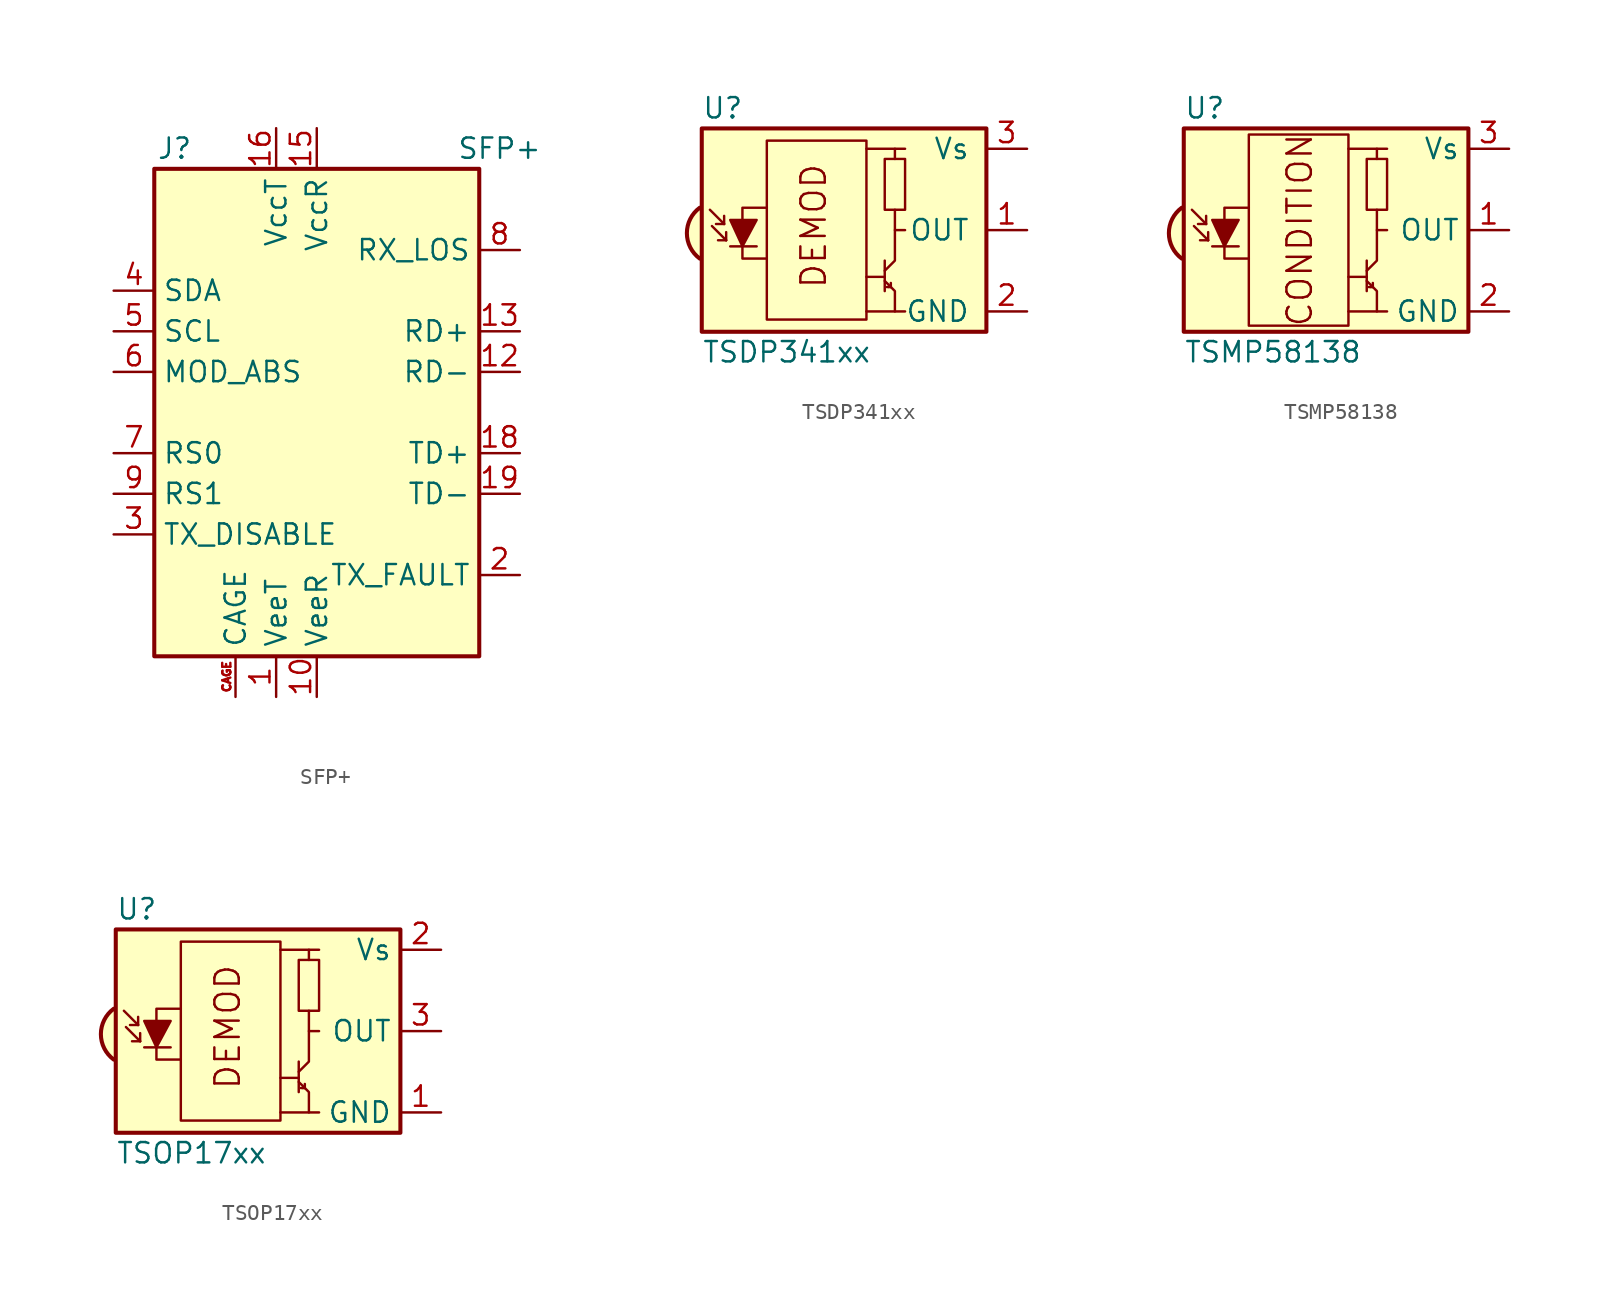
<source format=kicad_sym>
(kicad_symbol_lib
  (version 20241209)
  (generator "kicad_symbol_editor")
  (generator_version "9.0")
  (symbol "SFP+"
    (property "Reference" "J"
      (at -8.89 16.51 0)
      (effects (font (size 1.27 1.27))))
    (property "Value" "SFP+"
      (at 11.43 16.51 0)
      (effects (font (size 1.27 1.27))))
    (symbol "SFP+_0_0"
      (rectangle (start -10.16 15.24) (end 10.16 -15.24) (stroke (width 0.254) (type default)) (fill (type background))))
    (symbol "SFP+_1_1"
      (pin bidirectional line (at -12.7 7.62 0) (length 2.54) (name "SDA" (effects (font (size 1.27 1.27)))) (number "4" (effects (font (size 1.27 1.27)))))
      (pin input line (at -12.7 5.08 0) (length 2.54) (name "SCL" (effects (font (size 1.27 1.27)))) (number "5" (effects (font (size 1.27 1.27)))))
      (pin passive line (at -12.7 2.54 0) (length 2.54) (name "MOD_ABS" (effects (font (size 1.27 1.27)))) (number "6" (effects (font (size 1.27 1.27)))))
      (pin input line (at -12.7 -2.54 0) (length 2.54) (name "RS0" (effects (font (size 1.27 1.27)))) (number "7" (effects (font (size 1.27 1.27)))))
      (pin input line (at -12.7 -5.08 0) (length 2.54) (name "RS1" (effects (font (size 1.27 1.27)))) (number "9" (effects (font (size 1.27 1.27)))))
      (pin input line (at -12.7 -7.62 0) (length 2.54) (name "TX_DISABLE" (effects (font (size 1.27 1.27)))) (number "3" (effects (font (size 1.27 1.27)))))
      (pin passive line (at -5.08 -17.78 90) (length 2.54) (name "CAGE" (effects (font (size 1.27 1.27)))) (number "CAGE" (effects (font (size 0.508 0.508)))))
      (pin power_in line (at -2.54 17.78 270) (length 2.54) (name "VccT" (effects (font (size 1.27 1.27)))) (number "16" (effects (font (size 1.27 1.27)))))
      (pin power_in line (at -2.54 -17.78 90) (length 2.54) (name "VeeT" (effects (font (size 1.27 1.27)))) (number "1" (effects (font (size 1.27 1.27)))))
      (pin passive line (at -2.54 -17.78 90) (length 2.54) (hide yes) (name "VeeT" (effects (font (size 1.27 1.27)))) (number "17" (effects (font (size 1.27 1.27)))))
      (pin passive line (at -2.54 -17.78 90) (length 2.54) (hide yes) (name "VeeT" (effects (font (size 1.27 1.27)))) (number "20" (effects (font (size 1.27 1.27)))))
      (pin power_in line (at 0 17.78 270) (length 2.54) (name "VccR" (effects (font (size 1.27 1.27)))) (number "15" (effects (font (size 1.27 1.27)))))
      (pin power_in line (at 0 -17.78 90) (length 2.54) (name "VeeR" (effects (font (size 1.27 1.27)))) (number "10" (effects (font (size 1.27 1.27)))))
      (pin passive line (at 0 -17.78 90) (length 2.54) (hide yes) (name "VeeR" (effects (font (size 1.27 1.27)))) (number "11" (effects (font (size 1.27 1.27)))))
      (pin passive line (at 0 -17.78 90) (length 2.54) (hide yes) (name "VeeR" (effects (font (size 1.27 1.27)))) (number "14" (effects (font (size 1.27 1.27)))))
      (pin open_collector line (at 12.7 10.16 180) (length 2.54) (name "RX_LOS" (effects (font (size 1.27 1.27)))) (number "8" (effects (font (size 1.27 1.27)))))
      (pin output line (at 12.7 5.08 180) (length 2.54) (name "RD+" (effects (font (size 1.27 1.27)))) (number "13" (effects (font (size 1.27 1.27)))))
      (pin output line (at 12.7 2.54 180) (length 2.54) (name "RD-" (effects (font (size 1.27 1.27)))) (number "12" (effects (font (size 1.27 1.27)))))
      (pin input line (at 12.7 -2.54 180) (length 2.54) (name "TD+" (effects (font (size 1.27 1.27)))) (number "18" (effects (font (size 1.27 1.27)))))
      (pin input line (at 12.7 -5.08 180) (length 2.54) (name "TD-" (effects (font (size 1.27 1.27)))) (number "19" (effects (font (size 1.27 1.27)))))
      (pin open_collector line (at 12.7 -10.16 180) (length 2.54) (name "TX_FAULT" (effects (font (size 1.27 1.27)))) (number "2" (effects (font (size 1.27 1.27)))))))
  (symbol "TSDP341xx"
    (pin_names
      (offset 1.016))
    (property "Reference" "U"
      (at -10.16 7.62 0)
      (effects (font (size 1.27 1.27)) (justify left)))
    (property "Value" "TSDP341xx"
      (at -10.16 -7.62 0)
      (effects (font (size 1.27 1.27)) (justify left)))
    (symbol "TSDP341xx_0_0"
      (arc (start -10.287 -1.778) (mid -11.0899 -0.1905) (end -10.287 1.397) (stroke (width 0.254) (type default)) (fill (type background)))
      (polyline (pts (xy 1.905 5.08) (xy 0.127 5.08)) (stroke (width 0) (type default)) (fill (type none)))
      (polyline (pts (xy 1.905 -5.08) (xy 0.127 -5.08)) (stroke (width 0) (type default)) (fill (type none)))
      (text "DEMOD" (at -3.175 0.254 900) (effects (font (size 1.524 1.524)))))
    (symbol "TSDP341xx_0_1"
      (polyline (pts (xy -8.763 0.381) (xy -9.652 1.27)) (stroke (width 0) (type default)) (fill (type none)))
      (polyline (pts (xy -8.763 0.381) (xy -9.271 0.381)) (stroke (width 0) (type default)) (fill (type none)))
      (polyline (pts (xy -8.763 0.381) (xy -8.763 0.889)) (stroke (width 0) (type default)) (fill (type none)))
      (polyline (pts (xy -8.636 -0.635) (xy -9.525 0.254)) (stroke (width 0) (type default)) (fill (type none)))
      (polyline (pts (xy -8.636 -0.635) (xy -9.144 -0.635)) (stroke (width 0) (type default)) (fill (type none)))
      (polyline (pts (xy -8.636 -0.635) (xy -8.636 -0.127)) (stroke (width 0) (type default)) (fill (type none)))
      (polyline (pts (xy -8.382 0.635) (xy -6.731 0.635) (xy -7.62 -1.016) (xy -8.382 0.635)) (stroke (width 0) (type default)) (fill (type outline)))
      (polyline (pts (xy -8.382 -1.016) (xy -6.731 -1.016)) (stroke (width 0) (type default)) (fill (type none)))
      (rectangle (start -6.096 5.588) (end 0.127 -5.588) (stroke (width 0) (type default)) (fill (type none)))
      (polyline (pts (xy -6.096 1.397) (xy -7.62 1.397) (xy -7.62 -1.778) (xy -6.096 -1.778)) (stroke (width 0) (type default)) (fill (type none)))
      (polyline (pts (xy 1.27 -1.905) (xy 1.27 -3.81)) (stroke (width 0) (type default)) (fill (type none)))
      (polyline (pts (xy 1.27 -2.54) (xy 1.905 -1.905) (xy 1.905 0) (xy 2.54 0)) (stroke (width 0) (type default)) (fill (type none)))
      (polyline (pts (xy 1.27 -2.921) (xy 0.127 -2.921)) (stroke (width 0) (type default)) (fill (type none)))
      (polyline (pts (xy 1.27 -3.175) (xy 1.905 -3.81) (xy 1.905 -5.08) (xy 2.54 -5.08)) (stroke (width 0) (type default)) (fill (type none)))
      (polyline (pts (xy 1.397 -3.556) (xy 1.524 -3.556)) (stroke (width 0) (type default)) (fill (type none)))
      (polyline (pts (xy 1.651 -3.556) (xy 1.524 -3.556)) (stroke (width 0) (type default)) (fill (type none)))
      (polyline (pts (xy 1.651 -3.556) (xy 1.651 -3.302)) (stroke (width 0) (type default)) (fill (type none)))
      (polyline (pts (xy 1.905 4.445) (xy 1.905 5.08) (xy 2.54 5.08)) (stroke (width 0) (type default)) (fill (type none)))
      (polyline (pts (xy 1.905 0) (xy 1.905 1.27)) (stroke (width 0) (type default)) (fill (type none)))
      (rectangle (start 2.54 1.27) (end 1.27 4.445) (stroke (width 0) (type default)) (fill (type none)))
      (rectangle (start 7.62 6.35) (end -10.16 -6.35) (stroke (width 0.254) (type default)) (fill (type background))))
    (symbol "TSDP341xx_1_1"
      (pin power_in line (at 10.16 5.08 180) (length 2.54) (name "Vs" (effects (font (size 1.27 1.27)))) (number "3" (effects (font (size 1.27 1.27)))))
      (pin output line (at 10.16 0 180) (length 2.54) (name "OUT" (effects (font (size 1.27 1.27)))) (number "1" (effects (font (size 1.27 1.27)))))
      (pin power_in line (at 10.16 -5.08 180) (length 2.54) (name "GND" (effects (font (size 1.27 1.27)))) (number "2" (effects (font (size 1.27 1.27)))))))
  (symbol "TSMP58138"
    (property "Reference" "U"
      (at -10.16 7.62 0)
      (effects (font (size 1.27 1.27)) (justify left)))
    (property "Value" "TSMP58138"
      (at -10.16 -7.62 0)
      (effects (font (size 1.27 1.27)) (justify left)))
    (symbol "TSMP58138_0_0"
      (arc (start -10.287 -1.778) (mid -11.0899 -0.1905) (end -10.287 1.397) (stroke (width 0.254) (type default)) (fill (type background)))
      (polyline (pts (xy 1.905 5.08) (xy 0.127 5.08)) (stroke (width 0) (type default)) (fill (type none)))
      (polyline (pts (xy 1.905 -5.08) (xy 0.127 -5.08)) (stroke (width 0) (type default)) (fill (type none)))
      (text "CONDITION" (at -2.921 0 900) (effects (font (size 1.524 1.524)))))
    (symbol "TSMP58138_0_1"
      (polyline (pts (xy -8.763 0.381) (xy -9.652 1.27)) (stroke (width 0) (type default)) (fill (type none)))
      (polyline (pts (xy -8.763 0.381) (xy -9.271 0.381)) (stroke (width 0) (type default)) (fill (type none)))
      (polyline (pts (xy -8.763 0.381) (xy -8.763 0.889)) (stroke (width 0) (type default)) (fill (type none)))
      (polyline (pts (xy -8.636 -0.635) (xy -9.525 0.254)) (stroke (width 0) (type default)) (fill (type none)))
      (polyline (pts (xy -8.636 -0.635) (xy -9.144 -0.635)) (stroke (width 0) (type default)) (fill (type none)))
      (polyline (pts (xy -8.636 -0.635) (xy -8.636 -0.127)) (stroke (width 0) (type default)) (fill (type none)))
      (polyline (pts (xy -8.382 0.635) (xy -6.731 0.635) (xy -7.62 -1.016) (xy -8.382 0.635)) (stroke (width 0) (type default)) (fill (type outline)))
      (polyline (pts (xy -8.382 -1.016) (xy -6.731 -1.016)) (stroke (width 0) (type default)) (fill (type none)))
      (rectangle (start -6.096 5.969) (end 0.127 -5.969) (stroke (width 0) (type default)) (fill (type none)))
      (polyline (pts (xy -6.096 1.397) (xy -7.62 1.397) (xy -7.62 -1.778) (xy -6.096 -1.778)) (stroke (width 0) (type default)) (fill (type none)))
      (polyline (pts (xy 1.27 -1.905) (xy 1.27 -3.81)) (stroke (width 0) (type default)) (fill (type none)))
      (polyline (pts (xy 1.27 -2.54) (xy 1.905 -1.905) (xy 1.905 0) (xy 2.54 0)) (stroke (width 0) (type default)) (fill (type none)))
      (polyline (pts (xy 1.27 -2.921) (xy 0.127 -2.921)) (stroke (width 0) (type default)) (fill (type none)))
      (polyline (pts (xy 1.27 -3.175) (xy 1.905 -3.81) (xy 1.905 -5.08) (xy 2.54 -5.08)) (stroke (width 0) (type default)) (fill (type none)))
      (polyline (pts (xy 1.397 -3.556) (xy 1.524 -3.556)) (stroke (width 0) (type default)) (fill (type none)))
      (polyline (pts (xy 1.651 -3.556) (xy 1.524 -3.556)) (stroke (width 0) (type default)) (fill (type none)))
      (polyline (pts (xy 1.651 -3.556) (xy 1.651 -3.302)) (stroke (width 0) (type default)) (fill (type none)))
      (polyline (pts (xy 1.905 4.445) (xy 1.905 5.08) (xy 2.54 5.08)) (stroke (width 0) (type default)) (fill (type none)))
      (polyline (pts (xy 1.905 0) (xy 1.905 1.27)) (stroke (width 0) (type default)) (fill (type none)))
      (rectangle (start 2.54 1.27) (end 1.27 4.445) (stroke (width 0) (type default)) (fill (type none)))
      (rectangle (start 7.62 6.35) (end -10.16 -6.35) (stroke (width 0.254) (type default)) (fill (type background))))
    (symbol "TSMP58138_1_1"
      (pin power_in line (at 10.16 5.08 180) (length 2.54) (name "Vs" (effects (font (size 1.27 1.27)))) (number "3" (effects (font (size 1.27 1.27)))))
      (pin output line (at 10.16 0 180) (length 2.54) (name "OUT" (effects (font (size 1.27 1.27)))) (number "1" (effects (font (size 1.27 1.27)))))
      (pin power_in line (at 10.16 -5.08 180) (length 2.54) (name "GND" (effects (font (size 1.27 1.27)))) (number "2" (effects (font (size 1.27 1.27)))))))
  (symbol "TSOP17xx"
    (property "Reference" "U"
      (at -10.16 7.62 0)
      (effects (font (size 1.27 1.27)) (justify left)))
    (property "Value" "TSOP17xx"
      (at -10.16 -7.62 0)
      (effects (font (size 1.27 1.27)) (justify left)))
    (symbol "TSOP17xx_0_0"
      (arc (start -10.287 -1.778) (mid -11.0899 -0.1905) (end -10.287 1.397) (stroke (width 0.254) (type default)) (fill (type background)))
      (polyline (pts (xy 1.905 5.08) (xy 0.127 5.08)) (stroke (width 0) (type default)) (fill (type none)))
      (polyline (pts (xy 1.905 -5.08) (xy 0.127 -5.08)) (stroke (width 0) (type default)) (fill (type none)))
      (text "DEMOD" (at -3.175 0.254 900) (effects (font (size 1.524 1.524)))))
    (symbol "TSOP17xx_0_1"
      (polyline (pts (xy -8.763 0.381) (xy -9.652 1.27)) (stroke (width 0) (type default)) (fill (type none)))
      (polyline (pts (xy -8.763 0.381) (xy -9.271 0.381)) (stroke (width 0) (type default)) (fill (type none)))
      (polyline (pts (xy -8.763 0.381) (xy -8.763 0.889)) (stroke (width 0) (type default)) (fill (type none)))
      (polyline (pts (xy -8.636 -0.635) (xy -9.525 0.254)) (stroke (width 0) (type default)) (fill (type none)))
      (polyline (pts (xy -8.636 -0.635) (xy -9.144 -0.635)) (stroke (width 0) (type default)) (fill (type none)))
      (polyline (pts (xy -8.636 -0.635) (xy -8.636 -0.127)) (stroke (width 0) (type default)) (fill (type none)))
      (polyline (pts (xy -8.382 0.635) (xy -6.731 0.635) (xy -7.62 -1.016) (xy -8.382 0.635)) (stroke (width 0) (type default)) (fill (type outline)))
      (polyline (pts (xy -8.382 -1.016) (xy -6.731 -1.016)) (stroke (width 0) (type default)) (fill (type none)))
      (rectangle (start -6.096 5.588) (end 0.127 -5.588) (stroke (width 0) (type default)) (fill (type none)))
      (polyline (pts (xy -6.096 1.397) (xy -7.62 1.397) (xy -7.62 -1.778) (xy -6.096 -1.778)) (stroke (width 0) (type default)) (fill (type none)))
      (polyline (pts (xy 1.27 -1.905) (xy 1.27 -3.81)) (stroke (width 0) (type default)) (fill (type none)))
      (polyline (pts (xy 1.27 -2.54) (xy 1.905 -1.905) (xy 1.905 0) (xy 2.54 0)) (stroke (width 0) (type default)) (fill (type none)))
      (polyline (pts (xy 1.27 -2.921) (xy 0.127 -2.921)) (stroke (width 0) (type default)) (fill (type none)))
      (polyline (pts (xy 1.27 -3.175) (xy 1.905 -3.81) (xy 1.905 -5.08) (xy 2.54 -5.08)) (stroke (width 0) (type default)) (fill (type none)))
      (polyline (pts (xy 1.397 -3.556) (xy 1.524 -3.556)) (stroke (width 0) (type default)) (fill (type none)))
      (polyline (pts (xy 1.651 -3.556) (xy 1.524 -3.556)) (stroke (width 0) (type default)) (fill (type none)))
      (polyline (pts (xy 1.651 -3.556) (xy 1.651 -3.302)) (stroke (width 0) (type default)) (fill (type none)))
      (polyline (pts (xy 1.905 4.445) (xy 1.905 5.08) (xy 2.54 5.08)) (stroke (width 0) (type default)) (fill (type none)))
      (polyline (pts (xy 1.905 0) (xy 1.905 1.27)) (stroke (width 0) (type default)) (fill (type none)))
      (rectangle (start 2.54 1.27) (end 1.27 4.445) (stroke (width 0) (type default)) (fill (type none)))
      (rectangle (start 7.62 6.35) (end -10.16 -6.35) (stroke (width 0.254) (type default)) (fill (type background))))
    (symbol "TSOP17xx_1_1"
      (pin power_in line (at 10.16 5.08 180) (length 2.54) (name "Vs" (effects (font (size 1.27 1.27)))) (number "2" (effects (font (size 1.27 1.27)))))
      (pin output line (at 10.16 0 180) (length 2.54) (name "OUT" (effects (font (size 1.27 1.27)))) (number "3" (effects (font (size 1.27 1.27)))))
      (pin power_in line (at 10.16 -5.08 180) (length 2.54) (name "GND" (effects (font (size 1.27 1.27)))) (number "1" (effects (font (size 1.27 1.27))))))))
</source>
